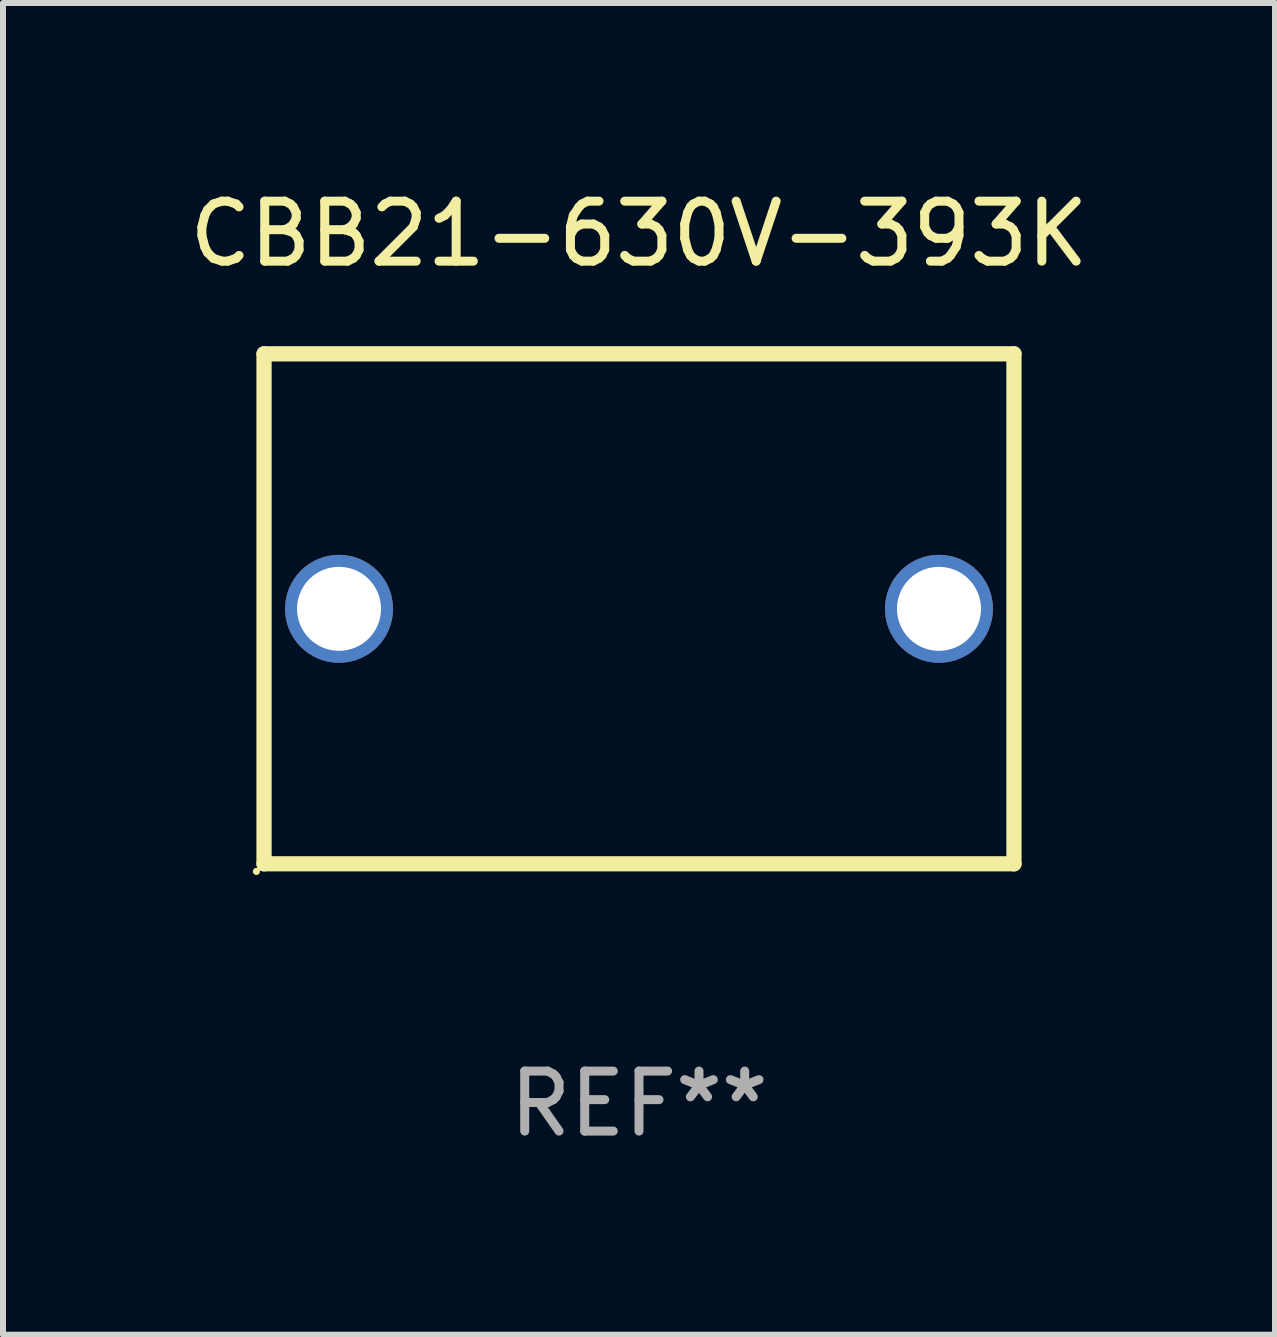
<source format=kicad_pcb>
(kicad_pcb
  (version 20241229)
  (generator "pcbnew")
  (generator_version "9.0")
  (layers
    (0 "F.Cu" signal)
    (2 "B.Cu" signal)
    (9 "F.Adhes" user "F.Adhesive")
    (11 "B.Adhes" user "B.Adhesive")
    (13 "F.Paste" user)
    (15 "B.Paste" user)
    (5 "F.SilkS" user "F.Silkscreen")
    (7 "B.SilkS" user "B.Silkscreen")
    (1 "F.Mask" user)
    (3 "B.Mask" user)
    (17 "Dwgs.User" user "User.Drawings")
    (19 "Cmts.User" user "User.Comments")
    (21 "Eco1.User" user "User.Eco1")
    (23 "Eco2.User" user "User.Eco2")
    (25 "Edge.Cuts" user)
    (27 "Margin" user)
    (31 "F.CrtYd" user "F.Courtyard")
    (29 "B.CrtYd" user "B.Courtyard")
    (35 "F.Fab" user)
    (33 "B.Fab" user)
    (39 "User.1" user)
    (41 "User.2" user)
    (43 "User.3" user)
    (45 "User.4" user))
  (footprint "CBB21-630V-393K"
    (layer "F.Cu")
    (at 7.601 7.098)
    (property "Reference" "CBB21-630V-393K" (at 0 -6.25 0) (layer "F.SilkS") (effects (font (size 1 1) (thickness 0.15))))
    (attr through_hole)
    (fp_line (start -6.25 -4.25) (end -6.25 4.25) (stroke (width 0.254) (type solid)) (layer "F.SilkS"))
    (fp_line (start -6.25 -4.25) (end 6.25 -4.25) (stroke (width 0.254) (type solid)) (layer "F.SilkS"))
    (fp_line (start -6.25 4.25) (end 6.25 4.25) (stroke (width 0.254) (type solid)) (layer "F.SilkS"))
    (fp_line (start 6.25 -4.25) (end 6.25 4.25) (stroke (width 0.254) (type solid)) (layer "F.SilkS"))
    (fp_circle (center -6.377 4.377) (end -6.347 4.377) (stroke (width 0.06) (type solid)) (fill no) (layer "F.SilkS"))
    (fp_text user "REF**" (at 0 8.25 0) (layer "F.Fab") (effects (font (size 1 1) (thickness 0.15))))
    (pad "1" thru_hole circle (at -5 0) (size 1.8 1.8) (drill 1.4) (layers "*.Cu" "*.Mask"))
    (pad "2" thru_hole circle (at 5 0) (size 1.8 1.8) (drill 1.4) (layers "*.Cu" "*.Mask")))
  (gr_rect
    (start -3 -3)
    (end 18.202 19.197)
    (stroke (width 0.1) (type default))
    (fill no)
    (layer "Edge.Cuts")))
</source>
